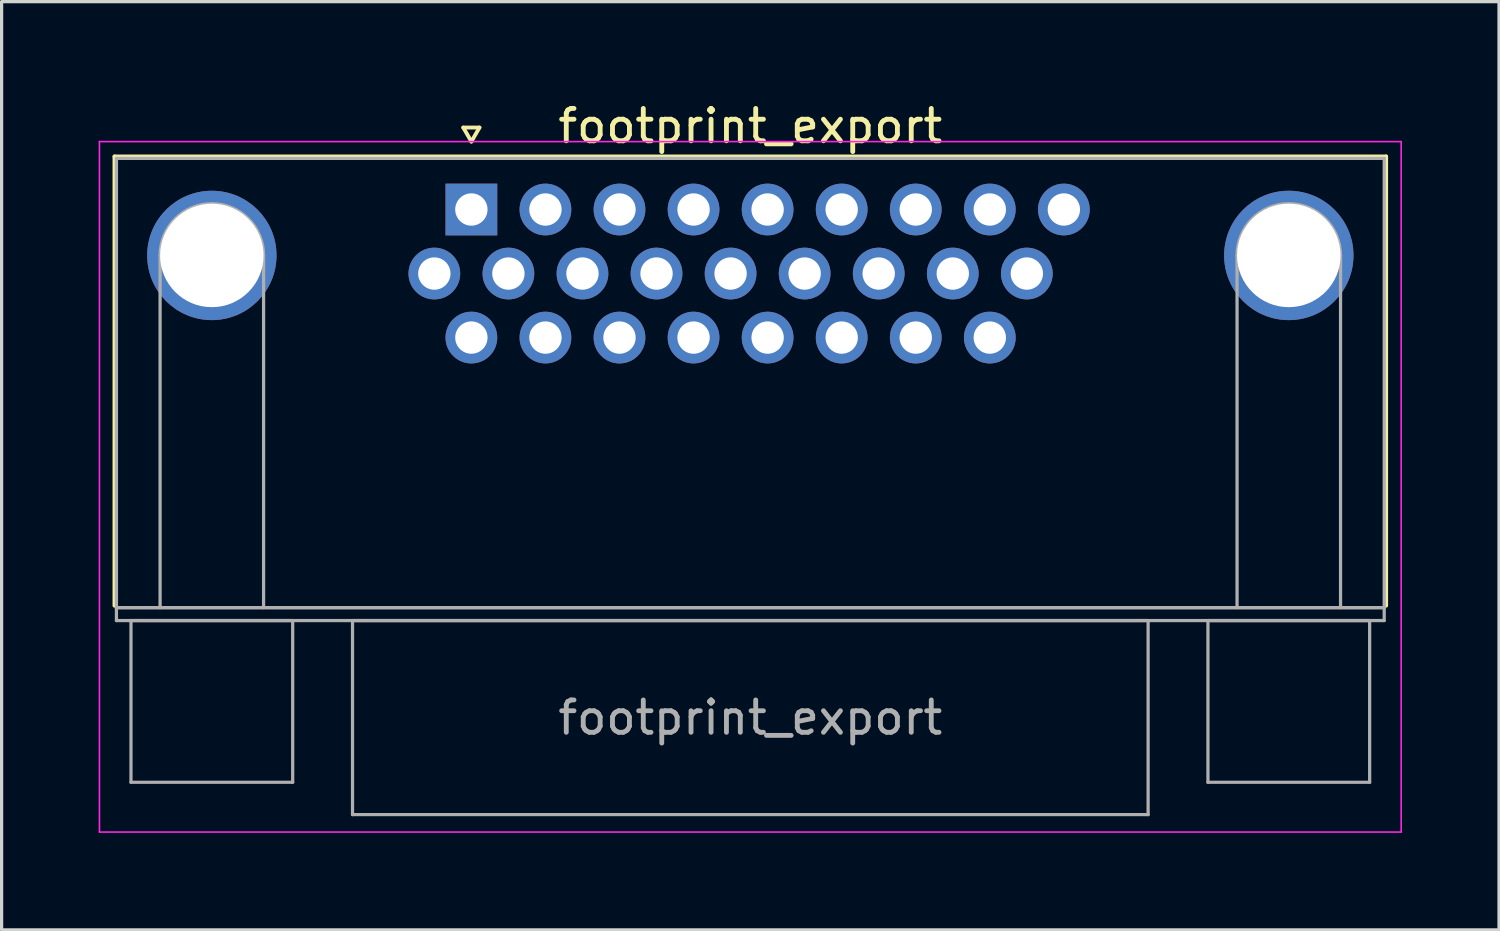
<source format=kicad_pcb>
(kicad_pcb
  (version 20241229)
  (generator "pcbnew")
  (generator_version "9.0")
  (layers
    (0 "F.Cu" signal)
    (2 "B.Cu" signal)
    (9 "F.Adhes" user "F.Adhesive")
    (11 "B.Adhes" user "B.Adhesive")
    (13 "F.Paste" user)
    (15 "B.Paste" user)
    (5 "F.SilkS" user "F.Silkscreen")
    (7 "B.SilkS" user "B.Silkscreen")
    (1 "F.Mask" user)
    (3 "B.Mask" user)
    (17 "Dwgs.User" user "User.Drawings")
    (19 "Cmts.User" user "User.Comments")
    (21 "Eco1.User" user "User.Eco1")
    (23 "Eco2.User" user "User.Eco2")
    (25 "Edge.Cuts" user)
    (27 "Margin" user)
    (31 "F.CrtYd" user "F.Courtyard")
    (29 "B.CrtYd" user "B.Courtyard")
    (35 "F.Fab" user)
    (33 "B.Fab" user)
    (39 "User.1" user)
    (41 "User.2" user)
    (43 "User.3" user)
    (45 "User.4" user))
  (footprint "footprint_export"
    (layer "F.Cu")
    (at 11.525 3.428)
    (property "Reference" "footprint_export" (at 8.625 -2.58 0) (layer "F.SilkS") (effects (font (size 1 1) (thickness 0.15))))
    (attr through_hole)
    (fp_line (start -11.035 -1.64) (end 28.285 -1.64) (stroke (width 0.12) (type solid)) (layer "F.SilkS"))
    (fp_line (start -11.035 12.25) (end -11.035 -1.64) (stroke (width 0.12) (type solid)) (layer "F.SilkS"))
    (fp_line (start -0.25 -2.534) (end 0.25 -2.534) (stroke (width 0.12) (type solid)) (layer "F.SilkS"))
    (fp_line (start 0 -2.101) (end -0.25 -2.534) (stroke (width 0.12) (type solid)) (layer "F.SilkS"))
    (fp_line (start 0.25 -2.534) (end 0 -2.101) (stroke (width 0.12) (type solid)) (layer "F.SilkS"))
    (fp_line (start 28.285 -1.64) (end 28.285 12.25) (stroke (width 0.12) (type solid)) (layer "F.SilkS"))
    (fp_line (start -11.5 -2.1) (end -11.5 19.25) (stroke (width 0.05) (type solid)) (layer "F.CrtYd"))
    (fp_line (start -11.5 19.25) (end 28.75 19.25) (stroke (width 0.05) (type solid)) (layer "F.CrtYd"))
    (fp_line (start 28.75 -2.1) (end -11.5 -2.1) (stroke (width 0.05) (type solid)) (layer "F.CrtYd"))
    (fp_line (start 28.75 19.25) (end 28.75 -2.1) (stroke (width 0.05) (type solid)) (layer "F.CrtYd"))
    (fp_line (start -10.975 -1.58) (end -10.975 12.31) (stroke (width 0.1) (type solid)) (layer "F.Fab"))
    (fp_line (start -10.975 12.31) (end -10.975 12.71) (stroke (width 0.1) (type solid)) (layer "F.Fab"))
    (fp_line (start -10.975 12.31) (end 28.225 12.31) (stroke (width 0.1) (type solid)) (layer "F.Fab"))
    (fp_line (start -10.975 12.71) (end 28.225 12.71) (stroke (width 0.1) (type solid)) (layer "F.Fab"))
    (fp_line (start -10.525 12.71) (end -10.525 17.71) (stroke (width 0.1) (type solid)) (layer "F.Fab"))
    (fp_line (start -10.525 17.71) (end -5.525 17.71) (stroke (width 0.1) (type solid)) (layer "F.Fab"))
    (fp_line (start -9.625 12.31) (end -9.625 1.42) (stroke (width 0.1) (type solid)) (layer "F.Fab"))
    (fp_line (start -6.425 12.31) (end -6.425 1.42) (stroke (width 0.1) (type solid)) (layer "F.Fab"))
    (fp_line (start -5.525 12.71) (end -10.525 12.71) (stroke (width 0.1) (type solid)) (layer "F.Fab"))
    (fp_line (start -5.525 17.71) (end -5.525 12.71) (stroke (width 0.1) (type solid)) (layer "F.Fab"))
    (fp_line (start -3.675 12.71) (end -3.675 18.71) (stroke (width 0.1) (type solid)) (layer "F.Fab"))
    (fp_line (start -3.675 18.71) (end 20.925 18.71) (stroke (width 0.1) (type solid)) (layer "F.Fab"))
    (fp_line (start 20.925 12.71) (end -3.675 12.71) (stroke (width 0.1) (type solid)) (layer "F.Fab"))
    (fp_line (start 20.925 18.71) (end 20.925 12.71) (stroke (width 0.1) (type solid)) (layer "F.Fab"))
    (fp_line (start 22.775 12.71) (end 22.775 17.71) (stroke (width 0.1) (type solid)) (layer "F.Fab"))
    (fp_line (start 22.775 17.71) (end 27.775 17.71) (stroke (width 0.1) (type solid)) (layer "F.Fab"))
    (fp_line (start 23.675 12.31) (end 23.675 1.42) (stroke (width 0.1) (type solid)) (layer "F.Fab"))
    (fp_line (start 26.875 12.31) (end 26.875 1.42) (stroke (width 0.1) (type solid)) (layer "F.Fab"))
    (fp_line (start 27.775 12.71) (end 22.775 12.71) (stroke (width 0.1) (type solid)) (layer "F.Fab"))
    (fp_line (start 27.775 17.71) (end 27.775 12.71) (stroke (width 0.1) (type solid)) (layer "F.Fab"))
    (fp_line (start 28.225 -1.58) (end -10.975 -1.58) (stroke (width 0.1) (type solid)) (layer "F.Fab"))
    (fp_line (start 28.225 12.31) (end -10.975 12.31) (stroke (width 0.1) (type solid)) (layer "F.Fab"))
    (fp_line (start 28.225 12.31) (end 28.225 -1.58) (stroke (width 0.1) (type solid)) (layer "F.Fab"))
    (fp_line (start 28.225 12.71) (end 28.225 12.31) (stroke (width 0.1) (type solid)) (layer "F.Fab"))
    (fp_arc (start -9.625 1.42) (mid -8.025 -0.18) (end -6.425 1.42) (stroke (width 0.1) (type solid)) (layer "F.Fab"))
    (fp_arc (start 23.675 1.42) (mid 25.275 -0.18) (end 26.875 1.42) (stroke (width 0.1) (type solid)) (layer "F.Fab"))
    (fp_text user "${REFERENCE}" (at 8.625 15.71 0) (layer "F.Fab") (effects (font (size 1 1) (thickness 0.15))))
    (pad "0" thru_hole circle (at -8.025 1.42) (size 4 4) (drill 3.2) (layers "*.Cu" "*.Mask"))
    (pad "0" thru_hole circle (at 25.275 1.42) (size 4 4) (drill 3.2) (layers "*.Cu" "*.Mask"))
    (pad "1" thru_hole rect (at 0 0) (size 1.6 1.6) (drill 1) (layers "*.Cu" "*.Mask"))
    (pad "2" thru_hole circle (at 2.29 0) (size 1.6 1.6) (drill 1) (layers "*.Cu" "*.Mask"))
    (pad "3" thru_hole circle (at 4.58 0) (size 1.6 1.6) (drill 1) (layers "*.Cu" "*.Mask"))
    (pad "4" thru_hole circle (at 6.87 0) (size 1.6 1.6) (drill 1) (layers "*.Cu" "*.Mask"))
    (pad "5" thru_hole circle (at 9.16 0) (size 1.6 1.6) (drill 1) (layers "*.Cu" "*.Mask"))
    (pad "6" thru_hole circle (at 11.45 0) (size 1.6 1.6) (drill 1) (layers "*.Cu" "*.Mask"))
    (pad "7" thru_hole circle (at 13.74 0) (size 1.6 1.6) (drill 1) (layers "*.Cu" "*.Mask"))
    (pad "8" thru_hole circle (at 16.03 0) (size 1.6 1.6) (drill 1) (layers "*.Cu" "*.Mask"))
    (pad "9" thru_hole circle (at 18.32 0) (size 1.6 1.6) (drill 1) (layers "*.Cu" "*.Mask"))
    (pad "10" thru_hole circle (at -1.145 1.98) (size 1.6 1.6) (drill 1) (layers "*.Cu" "*.Mask"))
    (pad "11" thru_hole circle (at 1.145 1.98) (size 1.6 1.6) (drill 1) (layers "*.Cu" "*.Mask"))
    (pad "12" thru_hole circle (at 3.435 1.98) (size 1.6 1.6) (drill 1) (layers "*.Cu" "*.Mask"))
    (pad "13" thru_hole circle (at 5.725 1.98) (size 1.6 1.6) (drill 1) (layers "*.Cu" "*.Mask"))
    (pad "14" thru_hole circle (at 8.015 1.98) (size 1.6 1.6) (drill 1) (layers "*.Cu" "*.Mask"))
    (pad "15" thru_hole circle (at 10.305 1.98) (size 1.6 1.6) (drill 1) (layers "*.Cu" "*.Mask"))
    (pad "16" thru_hole circle (at 12.595 1.98) (size 1.6 1.6) (drill 1) (layers "*.Cu" "*.Mask"))
    (pad "17" thru_hole circle (at 14.885 1.98) (size 1.6 1.6) (drill 1) (layers "*.Cu" "*.Mask"))
    (pad "18" thru_hole circle (at 17.175 1.98) (size 1.6 1.6) (drill 1) (layers "*.Cu" "*.Mask"))
    (pad "19" thru_hole circle (at 0 3.96) (size 1.6 1.6) (drill 1) (layers "*.Cu" "*.Mask"))
    (pad "20" thru_hole circle (at 2.29 3.96) (size 1.6 1.6) (drill 1) (layers "*.Cu" "*.Mask"))
    (pad "21" thru_hole circle (at 4.58 3.96) (size 1.6 1.6) (drill 1) (layers "*.Cu" "*.Mask"))
    (pad "22" thru_hole circle (at 6.87 3.96) (size 1.6 1.6) (drill 1) (layers "*.Cu" "*.Mask"))
    (pad "23" thru_hole circle (at 9.16 3.96) (size 1.6 1.6) (drill 1) (layers "*.Cu" "*.Mask"))
    (pad "24" thru_hole circle (at 11.45 3.96) (size 1.6 1.6) (drill 1) (layers "*.Cu" "*.Mask"))
    (pad "25" thru_hole circle (at 13.74 3.96) (size 1.6 1.6) (drill 1) (layers "*.Cu" "*.Mask"))
    (pad "26" thru_hole circle (at 16.03 3.96) (size 1.6 1.6) (drill 1) (layers "*.Cu" "*.Mask")))
  (gr_rect
    (start -3 -3)
    (end 43.3 25.703)
    (stroke (width 0.1) (type default))
    (fill no)
    (layer "Edge.Cuts")))
</source>
